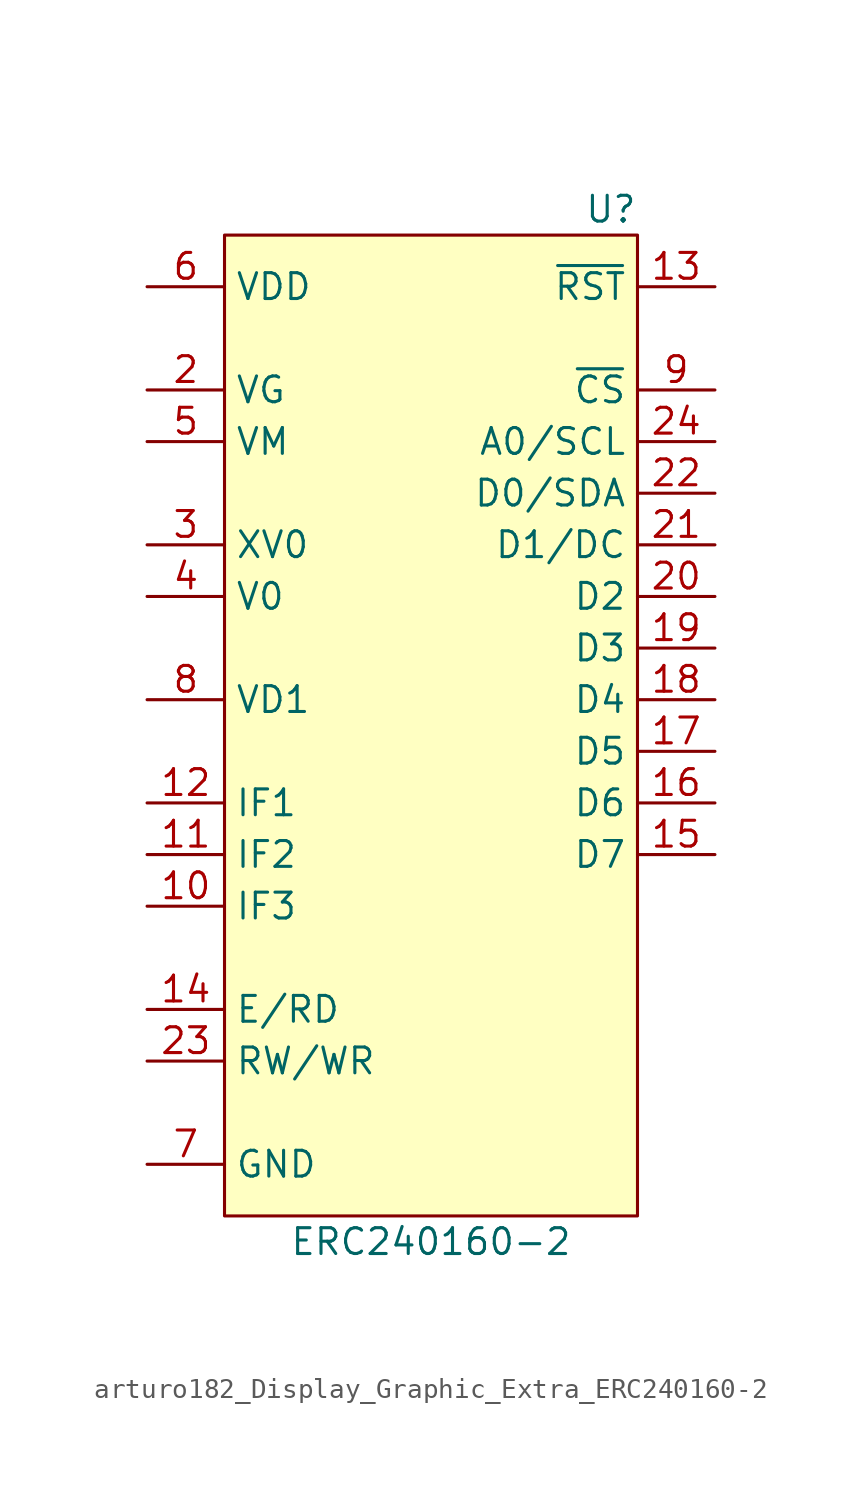
<source format=kicad_sym>
(kicad_symbol_lib
  (version 20220914)
  (generator kicad_symbol_editor)
  (symbol "arturo182_Display_Graphic_Extra_ERC240160-2"
    (property "Reference" "U"
      (at 10.16 25.4 0)
      (effects (font (size 1.27 1.27)) (justify right)))
    (property "Value" "ERC240160-2"
      (at 0 -25.4 0)
      (effects (font (size 1.27 1.27))))
    (symbol "arturo182_Display_Graphic_Extra_ERC240160-2_0_1"
      (rectangle (start -10.16 24.13) (end 10.16 -24.13) (stroke (width 0) (type default)) (fill (type background))))
    (symbol "arturo182_Display_Graphic_Extra_ERC240160-2_1_1"
      (pin passive line (at -13.97 -21.59 0) (length 3.81) hide (name "ESD" (effects (font (size 1.27 1.27)))) (number "1" (effects (font (size 1.27 1.27)))))
      (pin input line (at -13.97 -8.89 0) (length 3.81) (name "IF3" (effects (font (size 1.27 1.27)))) (number "10" (effects (font (size 1.27 1.27)))))
      (pin input line (at -13.97 -6.35 0) (length 3.81) (name "IF2" (effects (font (size 1.27 1.27)))) (number "11" (effects (font (size 1.27 1.27)))))
      (pin input line (at -13.97 -3.81 0) (length 3.81) (name "IF1" (effects (font (size 1.27 1.27)))) (number "12" (effects (font (size 1.27 1.27)))))
      (pin input line (at 13.97 21.59 180) (length 3.81) (name "~{RST}" (effects (font (size 1.27 1.27)))) (number "13" (effects (font (size 1.27 1.27)))))
      (pin input line (at -13.97 -13.97 0) (length 3.81) (name "E/RD" (effects (font (size 1.27 1.27)))) (number "14" (effects (font (size 1.27 1.27)))))
      (pin input line (at 13.97 -6.35 180) (length 3.81) (name "D7" (effects (font (size 1.27 1.27)))) (number "15" (effects (font (size 1.27 1.27)))))
      (pin input line (at 13.97 -3.81 180) (length 3.81) (name "D6" (effects (font (size 1.27 1.27)))) (number "16" (effects (font (size 1.27 1.27)))))
      (pin input line (at 13.97 -1.27 180) (length 3.81) (name "D5" (effects (font (size 1.27 1.27)))) (number "17" (effects (font (size 1.27 1.27)))))
      (pin input line (at 13.97 1.27 180) (length 3.81) (name "D4" (effects (font (size 1.27 1.27)))) (number "18" (effects (font (size 1.27 1.27)))))
      (pin input line (at 13.97 3.81 180) (length 3.81) (name "D3" (effects (font (size 1.27 1.27)))) (number "19" (effects (font (size 1.27 1.27)))))
      (pin input line (at -13.97 16.51 0) (length 3.81) (name "VG" (effects (font (size 1.27 1.27)))) (number "2" (effects (font (size 1.27 1.27)))))
      (pin input line (at 13.97 6.35 180) (length 3.81) (name "D2" (effects (font (size 1.27 1.27)))) (number "20" (effects (font (size 1.27 1.27)))))
      (pin input line (at 13.97 8.89 180) (length 3.81) (name "D1/DC" (effects (font (size 1.27 1.27)))) (number "21" (effects (font (size 1.27 1.27)))))
      (pin input line (at 13.97 11.43 180) (length 3.81) (name "D0/SDA" (effects (font (size 1.27 1.27)))) (number "22" (effects (font (size 1.27 1.27)))))
      (pin input line (at -13.97 -16.51 0) (length 3.81) (name "RW/WR" (effects (font (size 1.27 1.27)))) (number "23" (effects (font (size 1.27 1.27)))))
      (pin input line (at 13.97 13.97 180) (length 3.81) (name "A0/SCL" (effects (font (size 1.27 1.27)))) (number "24" (effects (font (size 1.27 1.27)))))
      (pin passive line (at -13.97 -21.59 0) (length 3.81) hide (name "ESD" (effects (font (size 1.27 1.27)))) (number "25" (effects (font (size 1.27 1.27)))))
      (pin input line (at -13.97 8.89 0) (length 3.81) (name "XV0" (effects (font (size 1.27 1.27)))) (number "3" (effects (font (size 1.27 1.27)))))
      (pin input line (at -13.97 6.35 0) (length 3.81) (name "V0" (effects (font (size 1.27 1.27)))) (number "4" (effects (font (size 1.27 1.27)))))
      (pin input line (at -13.97 13.97 0) (length 3.81) (name "VM" (effects (font (size 1.27 1.27)))) (number "5" (effects (font (size 1.27 1.27)))))
      (pin input line (at -13.97 21.59 0) (length 3.81) (name "VDD" (effects (font (size 1.27 1.27)))) (number "6" (effects (font (size 1.27 1.27)))))
      (pin input line (at -13.97 -21.59 0) (length 3.81) (name "GND" (effects (font (size 1.27 1.27)))) (number "7" (effects (font (size 1.27 1.27)))))
      (pin input line (at -13.97 1.27 0) (length 3.81) (name "VD1" (effects (font (size 1.27 1.27)))) (number "8" (effects (font (size 1.27 1.27)))))
      (pin input line (at 13.97 16.51 180) (length 3.81) (name "~{CS}" (effects (font (size 1.27 1.27)))) (number "9" (effects (font (size 1.27 1.27))))))))
</source>
